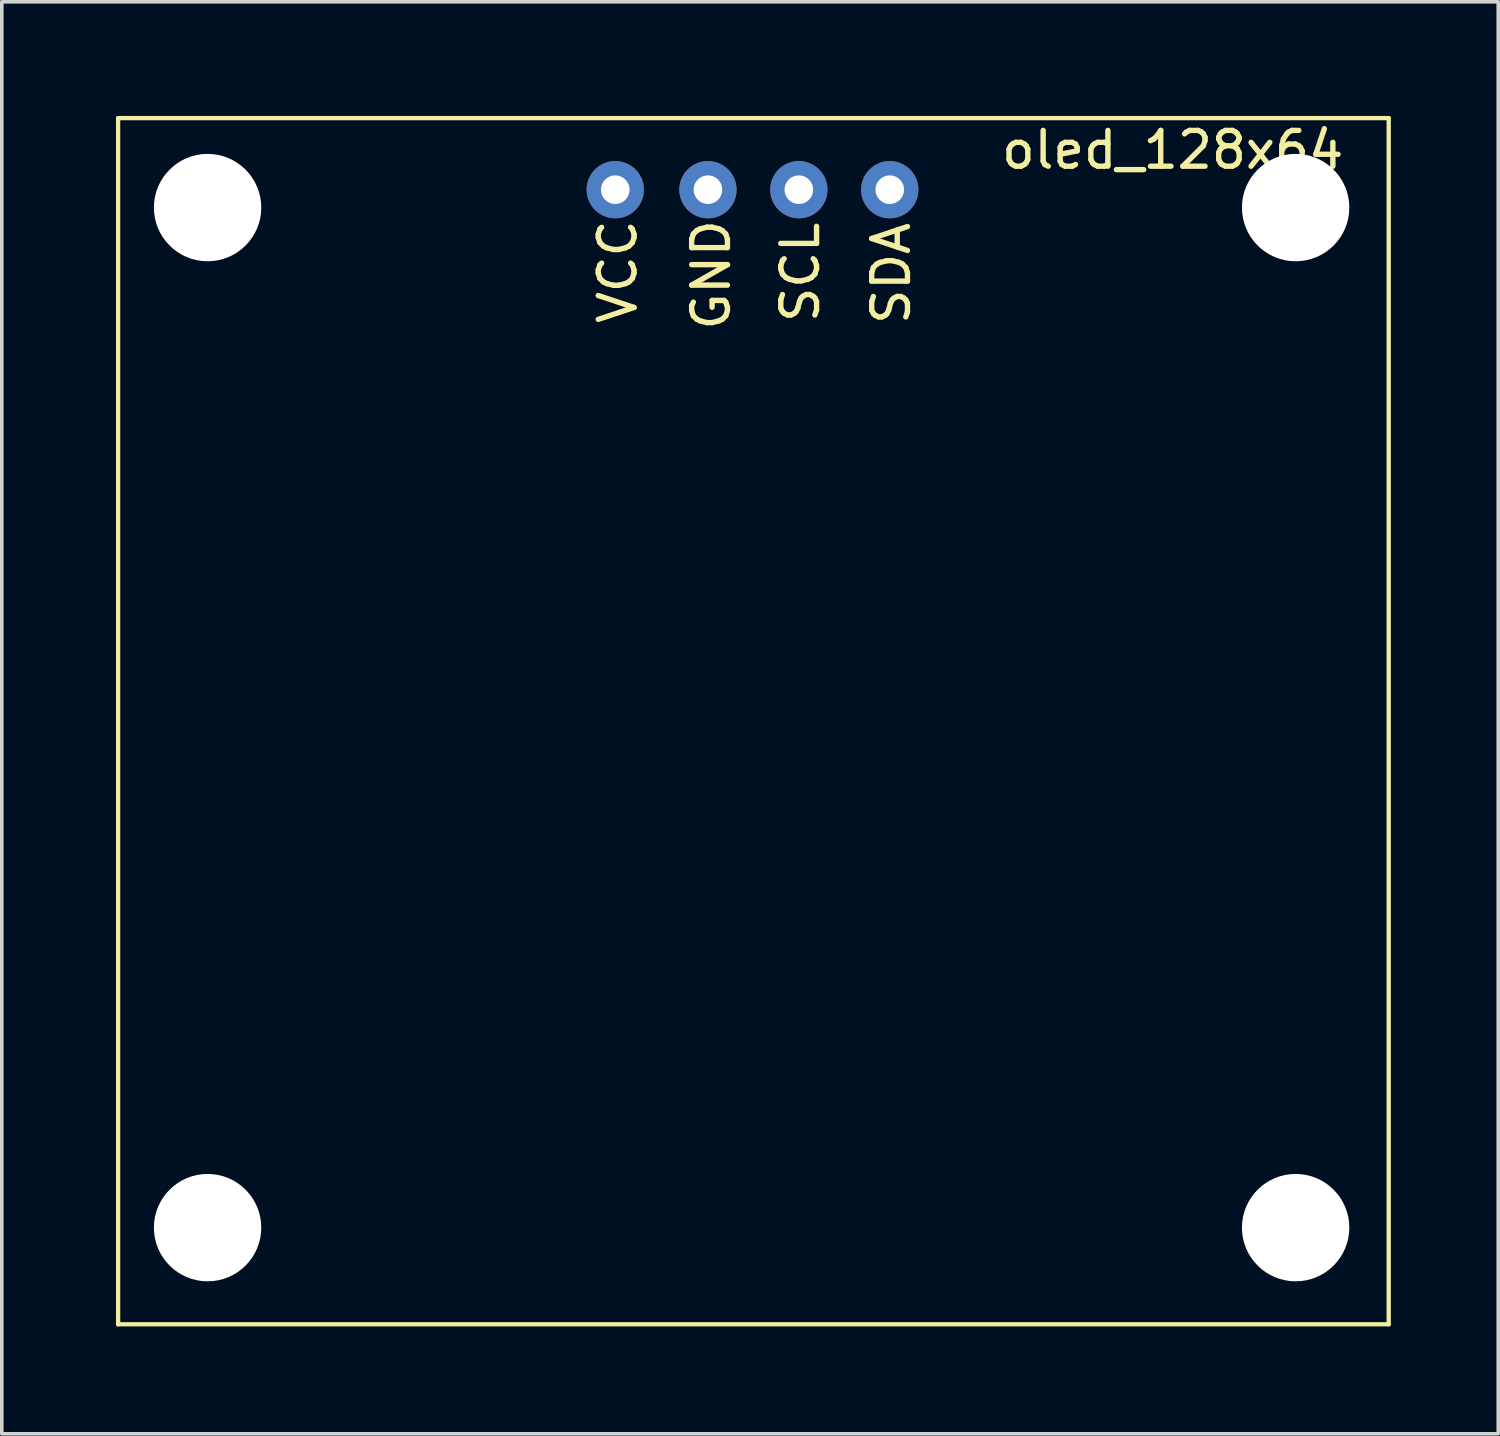
<source format=kicad_pcb>
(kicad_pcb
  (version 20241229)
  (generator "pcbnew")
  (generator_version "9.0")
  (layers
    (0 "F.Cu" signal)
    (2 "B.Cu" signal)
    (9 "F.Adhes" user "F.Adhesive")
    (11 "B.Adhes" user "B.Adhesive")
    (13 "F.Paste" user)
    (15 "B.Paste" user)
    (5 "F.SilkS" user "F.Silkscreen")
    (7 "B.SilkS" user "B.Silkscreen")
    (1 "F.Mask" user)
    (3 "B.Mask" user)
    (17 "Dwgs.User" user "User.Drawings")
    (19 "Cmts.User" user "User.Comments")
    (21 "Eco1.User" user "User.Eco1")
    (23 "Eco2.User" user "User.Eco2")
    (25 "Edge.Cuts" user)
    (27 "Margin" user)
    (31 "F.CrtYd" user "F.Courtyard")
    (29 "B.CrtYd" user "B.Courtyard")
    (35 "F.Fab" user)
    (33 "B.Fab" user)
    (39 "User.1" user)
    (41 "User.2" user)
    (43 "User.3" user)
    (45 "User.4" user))
  (footprint "oled_128x64"
    (layer "F.Cu")
    (at 0.25 0.25)
    (property "Reference" "oled_128x64" (at 29.464 0.889 0) (layer "F.SilkS") (effects (font (size 1 1) (thickness 0.15))))
    (attr through_hole)
    (fp_line (start 0 0) (end 0 33.7) (stroke (width 0.12) (type solid)) (layer "F.SilkS"))
    (fp_line (start 0 0) (end 35.5 0) (stroke (width 0.12) (type solid)) (layer "F.SilkS"))
    (fp_line (start 0 33.7) (end 35.5 33.7) (stroke (width 0.12) (type solid)) (layer "F.SilkS"))
    (fp_line (start 35.5 0) (end 35.5 33.7) (stroke (width 0.12) (type solid)) (layer "F.SilkS"))
    (fp_text user "VCC" (at 13.96 4.29 270) (layer "F.SilkS") (effects (font (size 1 1) (thickness 0.15))))
    (fp_text user "GND" (at 16.57 4.38 90) (layer "F.SilkS") (effects (font (size 1 1) (thickness 0.15))))
    (fp_text user "SCL" (at 19.06 4.31 90) (layer "F.SilkS") (effects (font (size 1 1) (thickness 0.15))))
    (fp_text user "SDA" (at 21.6 4.34 90) (layer "F.SilkS") (effects (font (size 1 1) (thickness 0.15))))
    (pad "" np_thru_hole circle (at 2.5 2.5) (size 3 3) (drill 3) (layers "*.Cu" "*.Mask"))
    (pad "" np_thru_hole circle (at 2.5 31) (size 3 3) (drill 3) (layers "*.Cu" "*.Mask"))
    (pad "" np_thru_hole circle (at 32.9 2.5) (size 3 3) (drill 3) (layers "*.Cu" "*.Mask"))
    (pad "" np_thru_hole circle (at 32.9 31) (size 3 3) (drill 3) (layers "*.Cu" "*.Mask"))
    (pad "1" thru_hole circle (at 13.89 2) (size 1.6 1.6) (drill 0.8) (layers "*.Cu" "*.Mask"))
    (pad "2" thru_hole circle (at 16.48 2) (size 1.6 1.6) (drill 0.8) (layers "*.Cu" "*.Mask"))
    (pad "3" thru_hole circle (at 19.02 2) (size 1.6 1.6) (drill 0.8) (layers "*.Cu" "*.Mask"))
    (pad "4" thru_hole circle (at 21.56 2) (size 1.6 1.6) (drill 0.8) (layers "*.Cu" "*.Mask")))
  (gr_rect
    (start -3 -3)
    (end 38.81 37.01)
    (stroke (width 0.1) (type default))
    (fill no)
    (layer "Edge.Cuts")))
</source>
